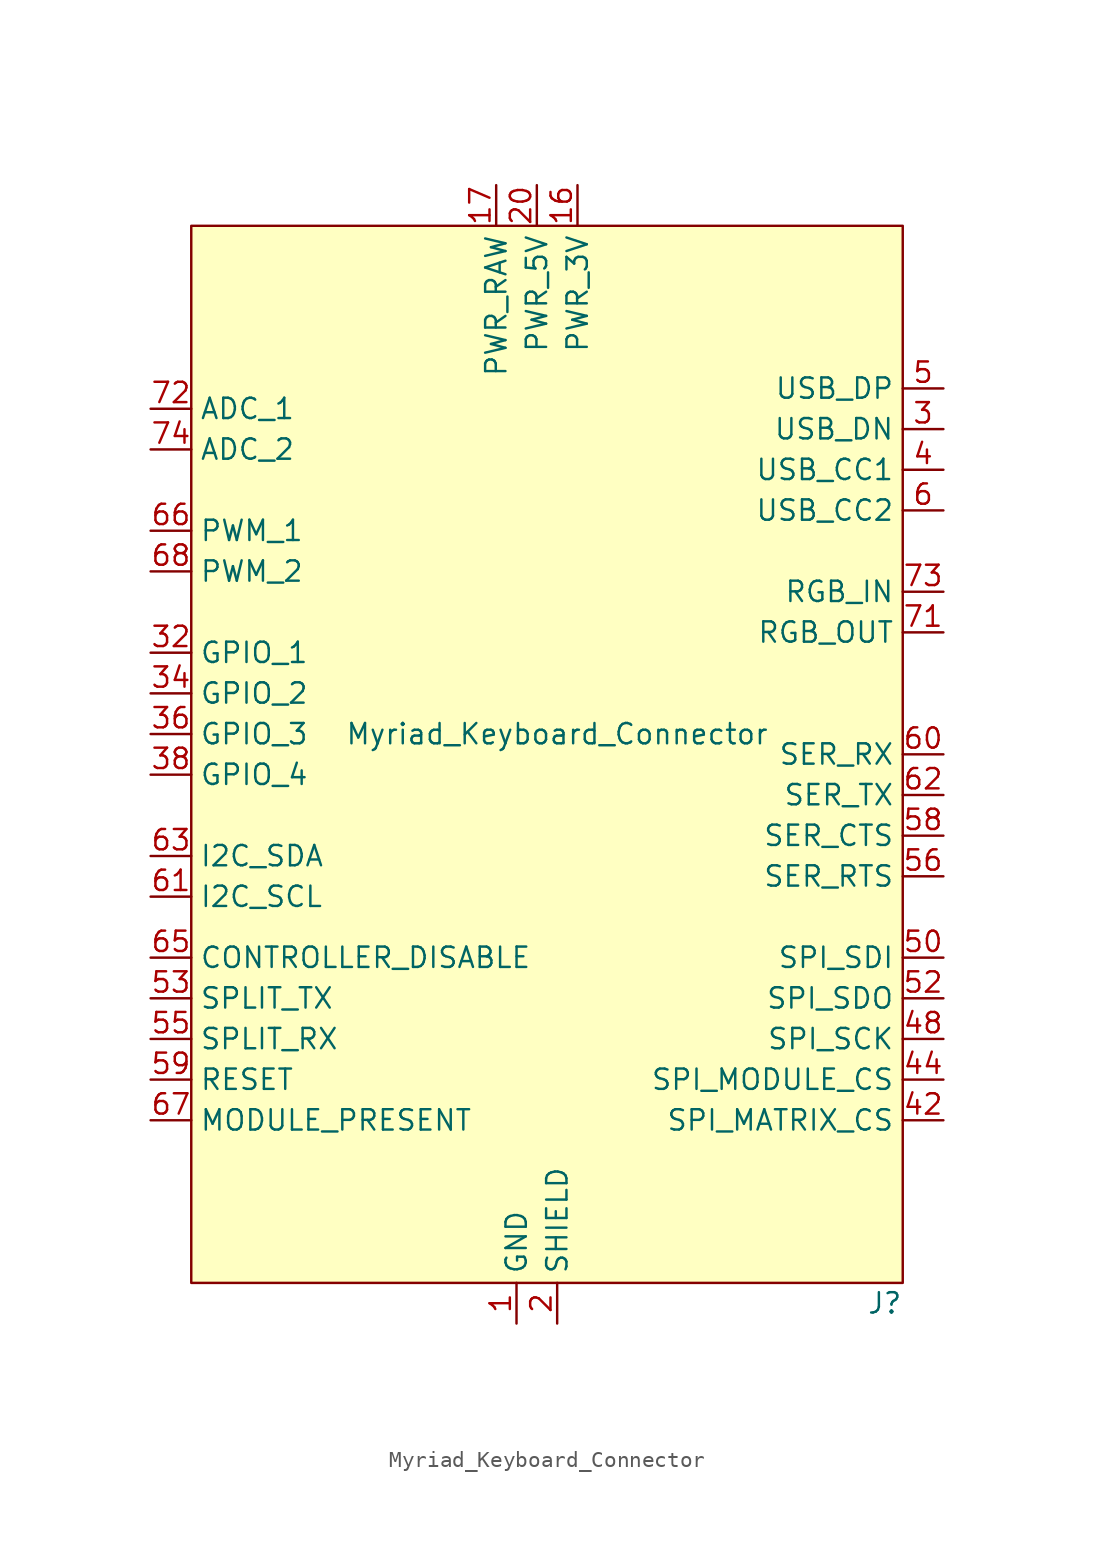
<source format=kicad_sym>
(kicad_symbol_lib
  (version 20211014)
  (generator kicad_symbol_editor)
  (symbol "Myriad_Keyboard_Connector"
    (property "Reference" "J"
      (at 22.86 -34.29 0)
      (effects (font (size 1.27 1.27)) (justify right)))
    (property "Value" "Myriad_Keyboard_Connector"
      (at 1.27 1.27 0)
      (effects (font (size 1.27 1.27))))
    (symbol "Myriad_Keyboard_Connector_0_1"
      (rectangle (start -21.59 33.02) (end 22.86 -33.02) (stroke (width 0) (type default) (color 0 0 0 0)) (fill (type background))))
    (symbol "Myriad_Keyboard_Connector_1_1"
      (pin power_in line (at -1.27 -35.56 90) (length 2.54) (name "GND" (effects (font (size 1.27 1.27)))) (number "1" (effects (font (size 1.27 1.27)))))
      (pin power_in line (at 2.54 35.56 270) (length 2.54) (name "PWR_3V" (effects (font (size 1.27 1.27)))) (number "16" (effects (font (size 1.27 1.27)))))
      (pin power_in line (at -2.54 35.56 270) (length 2.54) (name "PWR_RAW" (effects (font (size 1.27 1.27)))) (number "17" (effects (font (size 1.27 1.27)))))
      (pin passive line (at 2.54 35.56 270) (length 2.54) hide (name "PWR_3V" (effects (font (size 1.27 1.27)))) (number "18" (effects (font (size 1.27 1.27)))))
      (pin passive line (at -2.54 35.56 270) (length 2.54) hide (name "PWR_RAW" (effects (font (size 1.27 1.27)))) (number "19" (effects (font (size 1.27 1.27)))))
      (pin power_in line (at 1.27 -35.56 90) (length 2.54) (name "SHIELD" (effects (font (size 1.27 1.27)))) (number "2" (effects (font (size 1.27 1.27)))))
      (pin power_in line (at 0 35.56 270) (length 2.54) (name "PWR_5V" (effects (font (size 1.27 1.27)))) (number "20" (effects (font (size 1.27 1.27)))))
      (pin passive line (at -2.54 35.56 270) (length 2.54) hide (name "PWR_RAW" (effects (font (size 1.27 1.27)))) (number "21" (effects (font (size 1.27 1.27)))))
      (pin passive line (at 0 35.56 270) (length 2.54) hide (name "PWR_5V" (effects (font (size 1.27 1.27)))) (number "22" (effects (font (size 1.27 1.27)))))
      (pin passive line (at -2.54 35.56 270) (length 2.54) hide (name "PWR_RAW" (effects (font (size 1.27 1.27)))) (number "23" (effects (font (size 1.27 1.27)))))
      (pin no_connect line (at -12.7 33.02 270) (length 2.54) hide (name "" (effects (font (size 1.27 1.27)))) (number "24" (effects (font (size 1.27 1.27)))))
      (pin no_connect line (at -10.16 33.02 270) (length 2.54) hide (name "" (effects (font (size 1.27 1.27)))) (number "25" (effects (font (size 1.27 1.27)))))
      (pin no_connect line (at -7.62 33.02 270) (length 2.54) hide (name "" (effects (font (size 1.27 1.27)))) (number "26" (effects (font (size 1.27 1.27)))))
      (pin no_connect line (at -5.08 33.02 270) (length 2.54) hide (name "" (effects (font (size 1.27 1.27)))) (number "27" (effects (font (size 1.27 1.27)))))
      (pin no_connect line (at 5.08 33.02 270) (length 2.54) hide (name "" (effects (font (size 1.27 1.27)))) (number "28" (effects (font (size 1.27 1.27)))))
      (pin no_connect line (at 7.62 33.02 270) (length 2.54) hide (name "" (effects (font (size 1.27 1.27)))) (number "29" (effects (font (size 1.27 1.27)))))
      (pin bidirectional line (at 25.4 20.32 180) (length 2.54) (name "USB_DN" (effects (font (size 1.27 1.27)))) (number "3" (effects (font (size 1.27 1.27)))))
      (pin no_connect line (at 10.16 33.02 270) (length 2.54) hide (name "" (effects (font (size 1.27 1.27)))) (number "30" (effects (font (size 1.27 1.27)))))
      (pin no_connect line (at 12.7 33.02 270) (length 2.54) hide (name "" (effects (font (size 1.27 1.27)))) (number "31" (effects (font (size 1.27 1.27)))))
      (pin bidirectional line (at -24.13 6.35 0) (length 2.54) (name "GPIO_1" (effects (font (size 1.27 1.27)))) (number "32" (effects (font (size 1.27 1.27)))))
      (pin no_connect line (at -16.51 -33.02 90) (length 2.54) hide (name "" (effects (font (size 1.27 1.27)))) (number "33" (effects (font (size 1.27 1.27)))))
      (pin bidirectional line (at -24.13 3.81 0) (length 2.54) (name "GPIO_2" (effects (font (size 1.27 1.27)))) (number "34" (effects (font (size 1.27 1.27)))))
      (pin no_connect line (at -13.97 -33.02 90) (length 2.54) hide (name "" (effects (font (size 1.27 1.27)))) (number "35" (effects (font (size 1.27 1.27)))))
      (pin bidirectional line (at -24.13 1.27 0) (length 2.54) (name "GPIO_3" (effects (font (size 1.27 1.27)))) (number "36" (effects (font (size 1.27 1.27)))))
      (pin no_connect line (at -11.43 -33.02 90) (length 2.54) hide (name "" (effects (font (size 1.27 1.27)))) (number "37" (effects (font (size 1.27 1.27)))))
      (pin bidirectional line (at -24.13 -1.27 0) (length 2.54) (name "GPIO_4" (effects (font (size 1.27 1.27)))) (number "38" (effects (font (size 1.27 1.27)))))
      (pin no_connect line (at -8.89 -33.02 90) (length 2.54) hide (name "" (effects (font (size 1.27 1.27)))) (number "39" (effects (font (size 1.27 1.27)))))
      (pin input line (at 25.4 17.78 180) (length 2.54) (name "USB_CC1" (effects (font (size 1.27 1.27)))) (number "4" (effects (font (size 1.27 1.27)))))
      (pin passive line (at -1.27 -35.56 90) (length 2.54) hide (name "GND" (effects (font (size 1.27 1.27)))) (number "40" (effects (font (size 1.27 1.27)))))
      (pin no_connect line (at -6.35 -33.02 90) (length 2.54) hide (name "" (effects (font (size 1.27 1.27)))) (number "41" (effects (font (size 1.27 1.27)))))
      (pin output line (at 25.4 -22.86 180) (length 2.54) (name "SPI_MATRIX_CS" (effects (font (size 1.27 1.27)))) (number "42" (effects (font (size 1.27 1.27)))))
      (pin no_connect line (at -3.81 -33.02 90) (length 2.54) hide (name "" (effects (font (size 1.27 1.27)))) (number "43" (effects (font (size 1.27 1.27)))))
      (pin input line (at 25.4 -20.32 180) (length 2.54) (name "SPI_MODULE_CS" (effects (font (size 1.27 1.27)))) (number "44" (effects (font (size 1.27 1.27)))))
      (pin no_connect line (at 3.81 -33.02 90) (length 2.54) hide (name "" (effects (font (size 1.27 1.27)))) (number "45" (effects (font (size 1.27 1.27)))))
      (pin passive line (at -1.27 -35.56 90) (length 2.54) hide (name "GND" (effects (font (size 1.27 1.27)))) (number "46" (effects (font (size 1.27 1.27)))))
      (pin no_connect line (at 6.35 -33.02 90) (length 2.54) hide (name "" (effects (font (size 1.27 1.27)))) (number "47" (effects (font (size 1.27 1.27)))))
      (pin input line (at 25.4 -17.78 180) (length 2.54) (name "SPI_SCK" (effects (font (size 1.27 1.27)))) (number "48" (effects (font (size 1.27 1.27)))))
      (pin no_connect line (at 8.89 -33.02 90) (length 2.54) hide (name "" (effects (font (size 1.27 1.27)))) (number "49" (effects (font (size 1.27 1.27)))))
      (pin bidirectional line (at 25.4 22.86 180) (length 2.54) (name "USB_DP" (effects (font (size 1.27 1.27)))) (number "5" (effects (font (size 1.27 1.27)))))
      (pin output line (at 25.4 -12.7 180) (length 2.54) (name "SPI_SDI" (effects (font (size 1.27 1.27)))) (number "50" (effects (font (size 1.27 1.27)))))
      (pin no_connect line (at 11.43 -33.02 90) (length 2.54) hide (name "" (effects (font (size 1.27 1.27)))) (number "51" (effects (font (size 1.27 1.27)))))
      (pin input line (at 25.4 -15.24 180) (length 2.54) (name "SPI_SDO" (effects (font (size 1.27 1.27)))) (number "52" (effects (font (size 1.27 1.27)))))
      (pin no_connect line (at 13.97 -33.02 90) (length 2.54) hide (name "" (effects (font (size 1.27 1.27)))) (number "53" (effects (font (size 1.27 1.27)))))
      (pin output line (at -24.13 -15.24 0) (length 2.54) (name "SPLIT_TX" (effects (font (size 1.27 1.27)))) (number "53" (effects (font (size 1.27 1.27)))))
      (pin passive line (at -1.27 -35.56 90) (length 2.54) hide (name "GND" (effects (font (size 1.27 1.27)))) (number "54" (effects (font (size 1.27 1.27)))))
      (pin input line (at -24.13 -17.78 0) (length 2.54) (name "SPLIT_RX" (effects (font (size 1.27 1.27)))) (number "55" (effects (font (size 1.27 1.27)))))
      (pin input line (at 25.4 -7.62 180) (length 2.54) (name "SER_RTS" (effects (font (size 1.27 1.27)))) (number "56" (effects (font (size 1.27 1.27)))))
      (pin passive line (at -1.27 -35.56 90) (length 2.54) hide (name "GND" (effects (font (size 1.27 1.27)))) (number "57" (effects (font (size 1.27 1.27)))))
      (pin output line (at 25.4 -5.08 180) (length 2.54) (name "SER_CTS" (effects (font (size 1.27 1.27)))) (number "58" (effects (font (size 1.27 1.27)))))
      (pin bidirectional line (at -24.13 -20.32 0) (length 2.54) (name "RESET" (effects (font (size 1.27 1.27)))) (number "59" (effects (font (size 1.27 1.27)))))
      (pin input line (at 25.4 15.24 180) (length 2.54) (name "USB_CC2" (effects (font (size 1.27 1.27)))) (number "6" (effects (font (size 1.27 1.27)))))
      (pin output line (at 25.4 0 180) (length 2.54) (name "SER_RX" (effects (font (size 1.27 1.27)))) (number "60" (effects (font (size 1.27 1.27)))))
      (pin bidirectional line (at -24.13 -8.89 0) (length 2.54) (name "I2C_SCL" (effects (font (size 1.27 1.27)))) (number "61" (effects (font (size 1.27 1.27)))))
      (pin input line (at 25.4 -2.54 180) (length 2.54) (name "SER_TX" (effects (font (size 1.27 1.27)))) (number "62" (effects (font (size 1.27 1.27)))))
      (pin bidirectional line (at -24.13 -6.35 0) (length 2.54) (name "I2C_SDA" (effects (font (size 1.27 1.27)))) (number "63" (effects (font (size 1.27 1.27)))))
      (pin passive line (at -1.27 -35.56 90) (length 2.54) hide (name "GND" (effects (font (size 1.27 1.27)))) (number "64" (effects (font (size 1.27 1.27)))))
      (pin output line (at -24.13 -12.7 0) (length 2.54) (name "CONTROLLER_DISABLE" (effects (font (size 1.27 1.27)))) (number "65" (effects (font (size 1.27 1.27)))))
      (pin input line (at -24.13 13.97 0) (length 2.54) (name "PWM_1" (effects (font (size 1.27 1.27)))) (number "66" (effects (font (size 1.27 1.27)))))
      (pin output line (at -24.13 -22.86 0) (length 2.54) (name "MODULE_PRESENT" (effects (font (size 1.27 1.27)))) (number "67" (effects (font (size 1.27 1.27)))))
      (pin input line (at -24.13 11.43 0) (length 2.54) (name "PWM_2" (effects (font (size 1.27 1.27)))) (number "68" (effects (font (size 1.27 1.27)))))
      (pin passive line (at -1.27 -35.56 90) (length 2.54) hide (name "GND" (effects (font (size 1.27 1.27)))) (number "69" (effects (font (size 1.27 1.27)))))
      (pin passive line (at -1.27 -35.56 90) (length 2.54) hide (name "GND" (effects (font (size 1.27 1.27)))) (number "7" (effects (font (size 1.27 1.27)))))
      (pin passive line (at -1.27 -35.56 90) (length 2.54) hide (name "GND" (effects (font (size 1.27 1.27)))) (number "70" (effects (font (size 1.27 1.27)))))
      (pin input line (at 25.4 7.62 180) (length 2.54) (name "RGB_OUT" (effects (font (size 1.27 1.27)))) (number "71" (effects (font (size 1.27 1.27)))))
      (pin output line (at -24.13 21.59 0) (length 2.54) (name "ADC_1" (effects (font (size 1.27 1.27)))) (number "72" (effects (font (size 1.27 1.27)))))
      (pin output line (at 25.4 10.16 180) (length 2.54) (name "RGB_IN" (effects (font (size 1.27 1.27)))) (number "73" (effects (font (size 1.27 1.27)))))
      (pin output line (at -24.13 19.05 0) (length 2.54) (name "ADC_2" (effects (font (size 1.27 1.27)))) (number "74" (effects (font (size 1.27 1.27)))))
      (pin no_connect line (at 16.51 -33.02 90) (length 2.54) hide (name "~" (effects (font (size 1.27 1.27)))) (number "75" (effects (font (size 1.27 1.27)))))
      (pin no_connect line (at 19.05 -33.02 90) (length 2.54) hide (name "~" (effects (font (size 1.27 1.27)))) (number "76" (effects (font (size 1.27 1.27)))))
      (pin no_connect line (at 21.59 -33.02 90) (length 2.54) hide (name "~" (effects (font (size 1.27 1.27)))) (number "77" (effects (font (size 1.27 1.27))))))))
</source>
